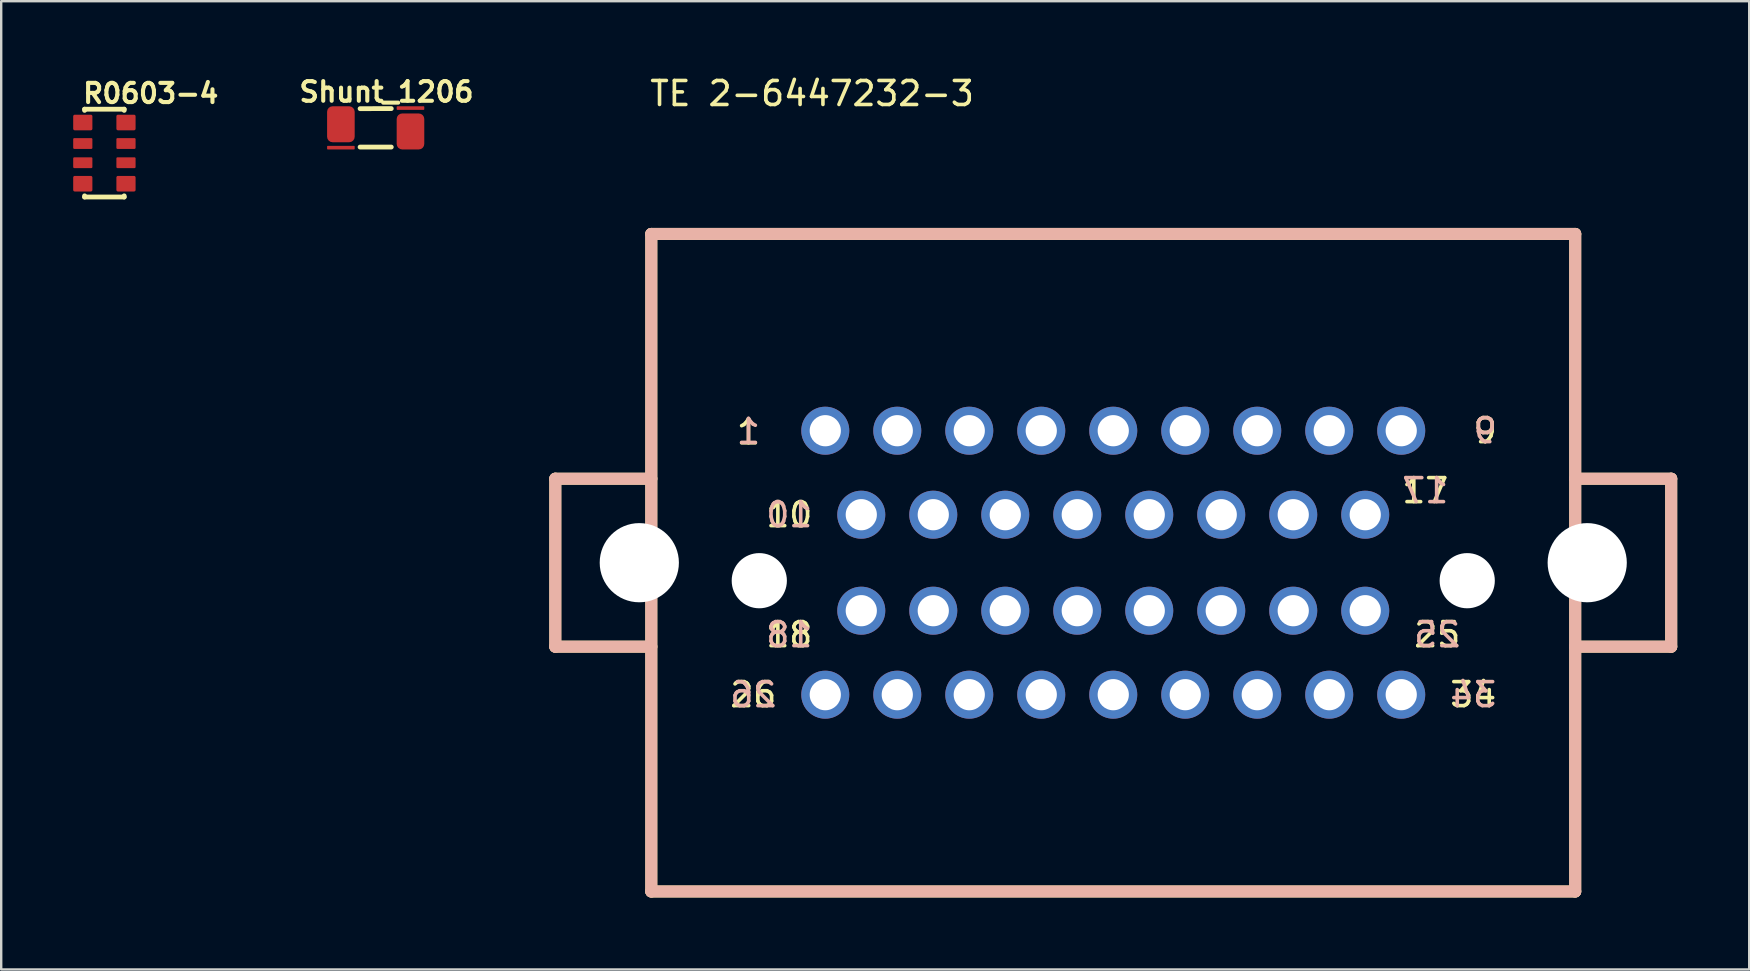
<source format=kicad_pcb>
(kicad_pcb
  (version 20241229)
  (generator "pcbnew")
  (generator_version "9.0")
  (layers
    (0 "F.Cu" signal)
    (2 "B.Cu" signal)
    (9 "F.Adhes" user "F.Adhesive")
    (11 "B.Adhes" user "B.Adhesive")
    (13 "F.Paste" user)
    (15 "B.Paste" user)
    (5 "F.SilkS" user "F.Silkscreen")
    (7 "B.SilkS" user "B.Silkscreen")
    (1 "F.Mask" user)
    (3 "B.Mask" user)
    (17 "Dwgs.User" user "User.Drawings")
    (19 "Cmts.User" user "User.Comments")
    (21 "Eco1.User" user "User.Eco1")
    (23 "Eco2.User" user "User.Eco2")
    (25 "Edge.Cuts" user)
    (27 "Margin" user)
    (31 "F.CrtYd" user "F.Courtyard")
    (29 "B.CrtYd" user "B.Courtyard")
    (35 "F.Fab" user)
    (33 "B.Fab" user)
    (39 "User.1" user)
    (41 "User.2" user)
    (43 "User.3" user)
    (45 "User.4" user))
  (footprint "Shunt_1206"
    (layer "F.Cu")
    (at 12.605 2.278)
    (property "Reference" "Shunt_1206" (at 0.45 -1.5 0) (layer "F.SilkS") (effects (font (size 0.82 0.82) (thickness 0.17))))
    (attr through_hole)
    (fp_line (start -0.65 -0.8) (end 0.65 -0.803) (stroke (width 0.2) (type solid)) (layer "F.SilkS"))
    (fp_line (start -0.65 0.8) (end 0.65 0.8) (stroke (width 0.2) (type solid)) (layer "F.SilkS"))
    (pad "1" smd roundrect (at -1.45 -0.15 90) (size 1.5 1.15) (layers "F.Cu" "F.Mask") (roundrect_rratio 0.2))
    (pad "2" smd roundrect (at -1.45 0.825 90) (size 0.15 1.15) (layers "F.Cu" "F.Mask") (roundrect_rratio 0.2))
    (pad "3" smd roundrect (at 1.45 -0.825 90) (size 0.15 1.15) (layers "F.Cu" "F.Mask") (roundrect_rratio 0.2))
    (pad "4" smd roundrect (at 1.45 0.15 90) (size 1.5 1.15) (layers "F.Cu" "F.Mask") (roundrect_rratio 0.2)))
  (footprint "R0603-4"
    (layer "F.Cu")
    (at 1.3 3.33)
    (property "Reference" "R0603-4" (at -0.98 -2.02 0) (unlocked yes) (layer "F.SilkS") (effects (font (size 0.8 0.8) (thickness 0.17)) (justify left bottom)))
    (fp_line (start -0.825 -1.83) (end -0.825 -1.78) (stroke (width 0.2) (type solid)) (layer "F.SilkS"))
    (fp_line (start -0.825 -1.83) (end 0.825 -1.83) (stroke (width 0.2) (type solid)) (layer "F.SilkS"))
    (fp_line (start -0.825 1.78) (end -0.825 1.83) (stroke (width 0.2) (type solid)) (layer "F.SilkS"))
    (fp_line (start -0.825 1.83) (end 0.825 1.83) (stroke (width 0.2) (type solid)) (layer "F.SilkS"))
    (fp_line (start 0.825 -1.83) (end 0.825 -1.78) (stroke (width 0.2) (type solid)) (layer "F.SilkS"))
    (fp_line (start 0.825 1.78) (end 0.825 1.83) (stroke (width 0.2) (type solid)) (layer "F.SilkS"))
    (pad "1" smd roundrect (at -0.9 -1.275 270) (size 0.65 0.8) (layers "F.Cu" "F.Mask" "F.Paste") (roundrect_rratio 0.1))
    (pad "2" smd roundrect (at -0.9 -0.4 270) (size 0.45 0.8) (layers "F.Cu" "F.Mask" "F.Paste") (roundrect_rratio 0.1))
    (pad "3" smd roundrect (at -0.9 0.4 270) (size 0.45 0.8) (layers "F.Cu" "F.Mask" "F.Paste") (roundrect_rratio 0.1))
    (pad "4" smd roundrect (at -0.9 1.275 270) (size 0.65 0.8) (layers "F.Cu" "F.Mask" "F.Paste") (roundrect_rratio 0.1))
    (pad "5" smd roundrect (at 0.9 1.275 270) (size 0.65 0.8) (layers "F.Cu" "F.Mask" "F.Paste") (roundrect_rratio 0.1))
    (pad "6" smd roundrect (at 0.9 0.4 270) (size 0.45 0.8) (layers "F.Cu" "F.Mask" "F.Paste") (roundrect_rratio 0.1))
    (pad "7" smd roundrect (at 0.9 -0.4 270) (size 0.45 0.8) (layers "F.Cu" "F.Mask" "F.Paste") (roundrect_rratio 0.1))
    (pad "8" smd roundrect (at 0.9 -1.275 270) (size 0.65 0.8) (layers "F.Cu" "F.Mask" "F.Paste") (roundrect_rratio 0.1)))
  (footprint "TE 2-6447232-3"
    (layer "F.Cu")
    (at 43.34 14.898)
    (property "Reference" "TE 2-6447232-3" (at -12.55 -14.05 0) (layer "F.SilkS") (effects (font (size 1 1) (thickness 0.15))))
    (attr through_hole)
    (fp_line (start -23.25 9) (end -23.25 2) (stroke (width 0.5) (type solid)) (layer "F.SilkS"))
    (fp_line (start -19.25 -8.2) (end 19.25 -8.2) (stroke (width 0.5) (type solid)) (layer "F.SilkS"))
    (fp_line (start -19.25 2) (end -23.25 2) (stroke (width 0.5) (type solid)) (layer "F.SilkS"))
    (fp_line (start -19.25 9) (end -23.25 9) (stroke (width 0.5) (type solid)) (layer "F.SilkS"))
    (fp_line (start -19.25 19.2) (end -19.25 -8.2) (stroke (width 0.5) (type solid)) (layer "F.SilkS"))
    (fp_line (start 19.25 -8.2) (end 19.25 19.2) (stroke (width 0.5) (type solid)) (layer "F.SilkS"))
    (fp_line (start 19.25 2) (end 23.25 2) (stroke (width 0.5) (type solid)) (layer "F.SilkS"))
    (fp_line (start 19.25 9) (end 23.25 9) (stroke (width 0.5) (type solid)) (layer "F.SilkS"))
    (fp_line (start 19.25 19.2) (end -19.25 19.2) (stroke (width 0.5) (type solid)) (layer "F.SilkS"))
    (fp_line (start 23.25 2) (end 23.25 9) (stroke (width 0.5) (type solid)) (layer "F.SilkS"))
    (fp_line (start -23.25 2) (end -23.25 9) (stroke (width 0.5) (type solid)) (layer "B.SilkS"))
    (fp_line (start -23.25 2) (end -19.25 2) (stroke (width 0.5) (type solid)) (layer "B.SilkS"))
    (fp_line (start -23.25 9) (end -19.25 9) (stroke (width 0.5) (type solid)) (layer "B.SilkS"))
    (fp_line (start -19.25 -8.2) (end -19.25 19.2) (stroke (width 0.5) (type solid)) (layer "B.SilkS"))
    (fp_line (start -19.25 19.2) (end 19.25 19.2) (stroke (width 0.5) (type solid)) (layer "B.SilkS"))
    (fp_line (start 19.25 -8.2) (end -19.25 -8.2) (stroke (width 0.5) (type solid)) (layer "B.SilkS"))
    (fp_line (start 19.25 19.2) (end 19.25 -8.2) (stroke (width 0.5) (type solid)) (layer "B.SilkS"))
    (fp_line (start 23.25 2) (end 19.25 2) (stroke (width 0.5) (type solid)) (layer "B.SilkS"))
    (fp_line (start 23.25 9) (end 19.25 9) (stroke (width 0.5) (type solid)) (layer "B.SilkS"))
    (fp_line (start 23.25 9) (end 23.25 2) (stroke (width 0.5) (type solid)) (layer "B.SilkS"))
    (fp_text user "1" (at -15.2 0.05 0) (unlocked yes) (layer "F.SilkS") (effects (font (size 1 1) (thickness 0.15))))
    (fp_text user "9" (at 15.5 0 0) (unlocked yes) (layer "F.SilkS") (effects (font (size 1 1) (thickness 0.15))))
    (fp_text user "10" (at -13.5 3.5 0) (unlocked yes) (layer "F.SilkS") (effects (font (size 1 1) (thickness 0.15))))
    (fp_text user "26" (at -15 11 0) (unlocked yes) (layer "F.SilkS") (effects (font (size 1 1) (thickness 0.15))))
    (fp_text user "17" (at 13 2.5 0) (unlocked yes) (layer "F.SilkS") (effects (font (size 1 1) (thickness 0.15))))
    (fp_text user "25" (at 13.5 8.5 0) (unlocked yes) (layer "F.SilkS") (effects (font (size 1 1) (thickness 0.15))))
    (fp_text user "34" (at 15 11 0) (unlocked yes) (layer "F.SilkS") (effects (font (size 1 1) (thickness 0.15))))
    (fp_text user "18" (at -13.5 8.5 0) (unlocked yes) (layer "F.SilkS") (effects (font (size 1 1) (thickness 0.15))))
    (fp_text user "25" (at 13.5 8.5 0) (unlocked yes) (layer "B.SilkS") (effects (font (size 1 1) (thickness 0.15)) (justify mirror)))
    (fp_text user "18" (at -13.5 8.5 0) (unlocked yes) (layer "B.SilkS") (effects (font (size 1 1) (thickness 0.15)) (justify mirror)))
    (fp_text user "17" (at 13 2.5 0) (unlocked yes) (layer "B.SilkS") (effects (font (size 1 1) (thickness 0.15)) (justify mirror)))
    (fp_text user "34" (at 15 11 0) (unlocked yes) (layer "B.SilkS") (effects (font (size 1 1) (thickness 0.15)) (justify mirror)))
    (fp_text user "1" (at -15.2 0.032 0) (unlocked yes) (layer "B.SilkS") (effects (font (size 1 1) (thickness 0.15)) (justify mirror)))
    (fp_text user "10" (at -13.5 3.5 0) (unlocked yes) (layer "B.SilkS") (effects (font (size 1 1) (thickness 0.15)) (justify mirror)))
    (fp_text user "26" (at -15 11 0) (unlocked yes) (layer "B.SilkS") (effects (font (size 1 1) (thickness 0.15)) (justify mirror)))
    (fp_text user "9" (at 15.5 0 0) (unlocked yes) (layer "B.SilkS") (effects (font (size 1 1) (thickness 0.15)) (justify mirror)))
    (pad "" np_thru_hole circle (at -19.75 5.5 180) (size 3.3 3.3) (drill 3.3) (layers "*.Cu" "*.Mask"))
    (pad "" np_thru_hole circle (at -14.75 6.25 180) (size 2.3 2.3) (drill 2.3) (layers "*.Cu" "*.Mask"))
    (pad "" np_thru_hole circle (at 14.75 6.25 180) (size 2.3 2.3) (drill 2.3) (layers "*.Cu" "*.Mask"))
    (pad "" np_thru_hole circle (at 19.75 5.5 180) (size 3.3 3.3) (drill 3.3) (layers "*.Cu" "*.Mask"))
    (pad "1" thru_hole circle (at -12 0 180) (size 2 2) (drill 1.3) (layers "*.Cu" "*.Mask"))
    (pad "2" thru_hole circle (at -9 0 180) (size 2 2) (drill 1.3) (layers "*.Cu" "*.Mask"))
    (pad "3" thru_hole circle (at -6 0 180) (size 2 2) (drill 1.3) (layers "*.Cu" "*.Mask"))
    (pad "4" thru_hole circle (at -3 0 180) (size 2 2) (drill 1.3) (layers "*.Cu" "*.Mask"))
    (pad "5" thru_hole circle (at 0 0 180) (size 2 2) (drill 1.3) (layers "*.Cu" "*.Mask"))
    (pad "6" thru_hole circle (at 3 0 180) (size 2 2) (drill 1.3) (layers "*.Cu" "*.Mask"))
    (pad "7" thru_hole circle (at 6 0 180) (size 2 2) (drill 1.3) (layers "*.Cu" "*.Mask"))
    (pad "8" thru_hole circle (at 9 0 180) (size 2 2) (drill 1.3) (layers "*.Cu" "*.Mask"))
    (pad "9" thru_hole circle (at 12 0 180) (size 2 2) (drill 1.3) (layers "*.Cu" "*.Mask"))
    (pad "10" thru_hole circle (at -10.5 3.5 180) (size 2 2) (drill 1.3) (layers "*.Cu" "*.Mask"))
    (pad "11" thru_hole circle (at -7.5 3.5 180) (size 2 2) (drill 1.3) (layers "*.Cu" "*.Mask"))
    (pad "12" thru_hole circle (at -4.5 3.5 180) (size 2 2) (drill 1.3) (layers "*.Cu" "*.Mask"))
    (pad "13" thru_hole circle (at -1.5 3.5 180) (size 2 2) (drill 1.3) (layers "*.Cu" "*.Mask"))
    (pad "14" thru_hole circle (at 1.5 3.5 180) (size 2 2) (drill 1.3) (layers "*.Cu" "*.Mask"))
    (pad "15" thru_hole circle (at 4.5 3.5 180) (size 2 2) (drill 1.3) (layers "*.Cu" "*.Mask"))
    (pad "16" thru_hole circle (at 7.5 3.5 180) (size 2 2) (drill 1.3) (layers "*.Cu" "*.Mask"))
    (pad "17" thru_hole circle (at 10.5 3.5 180) (size 2 2) (drill 1.3) (layers "*.Cu" "*.Mask"))
    (pad "18" thru_hole circle (at -10.5 7.5 180) (size 2 2) (drill 1.3) (layers "*.Cu" "*.Mask"))
    (pad "19" thru_hole circle (at -7.5 7.5 180) (size 2 2) (drill 1.3) (layers "*.Cu" "*.Mask"))
    (pad "20" thru_hole circle (at -4.5 7.5 180) (size 2 2) (drill 1.3) (layers "*.Cu" "*.Mask"))
    (pad "21" thru_hole circle (at -1.5 7.5 180) (size 2 2) (drill 1.3) (layers "*.Cu" "*.Mask"))
    (pad "22" thru_hole circle (at 1.5 7.5 180) (size 2 2) (drill 1.3) (layers "*.Cu" "*.Mask"))
    (pad "23" thru_hole circle (at 4.5 7.5 180) (size 2 2) (drill 1.3) (layers "*.Cu" "*.Mask"))
    (pad "24" thru_hole circle (at 7.5 7.5 180) (size 2 2) (drill 1.3) (layers "*.Cu" "*.Mask"))
    (pad "25" thru_hole circle (at 10.5 7.5 180) (size 2 2) (drill 1.3) (layers "*.Cu" "*.Mask"))
    (pad "26" thru_hole circle (at -12 11 180) (size 2 2) (drill 1.3) (layers "*.Cu" "*.Mask"))
    (pad "27" thru_hole circle (at -9 11 180) (size 2 2) (drill 1.3) (layers "*.Cu" "*.Mask"))
    (pad "28" thru_hole circle (at -6 11 180) (size 2 2) (drill 1.3) (layers "*.Cu" "*.Mask"))
    (pad "29" thru_hole circle (at -3 11 180) (size 2 2) (drill 1.3) (layers "*.Cu" "*.Mask"))
    (pad "30" thru_hole circle (at 0 11 180) (size 2 2) (drill 1.3) (layers "*.Cu" "*.Mask"))
    (pad "31" thru_hole circle (at 3 11 180) (size 2 2) (drill 1.3) (layers "*.Cu" "*.Mask"))
    (pad "32" thru_hole circle (at 6 11 180) (size 2 2) (drill 1.3) (layers "*.Cu" "*.Mask"))
    (pad "33" thru_hole circle (at 9 11 180) (size 2 2) (drill 1.3) (layers "*.Cu" "*.Mask"))
    (pad "34" thru_hole circle (at 12 11 180) (size 2 2) (drill 1.3) (layers "*.Cu" "*.Mask")))
  (gr_rect
    (start -3 -3)
    (end 69.84 37.348)
    (stroke (width 0.1) (type default))
    (fill no)
    (layer "Edge.Cuts")))
</source>
